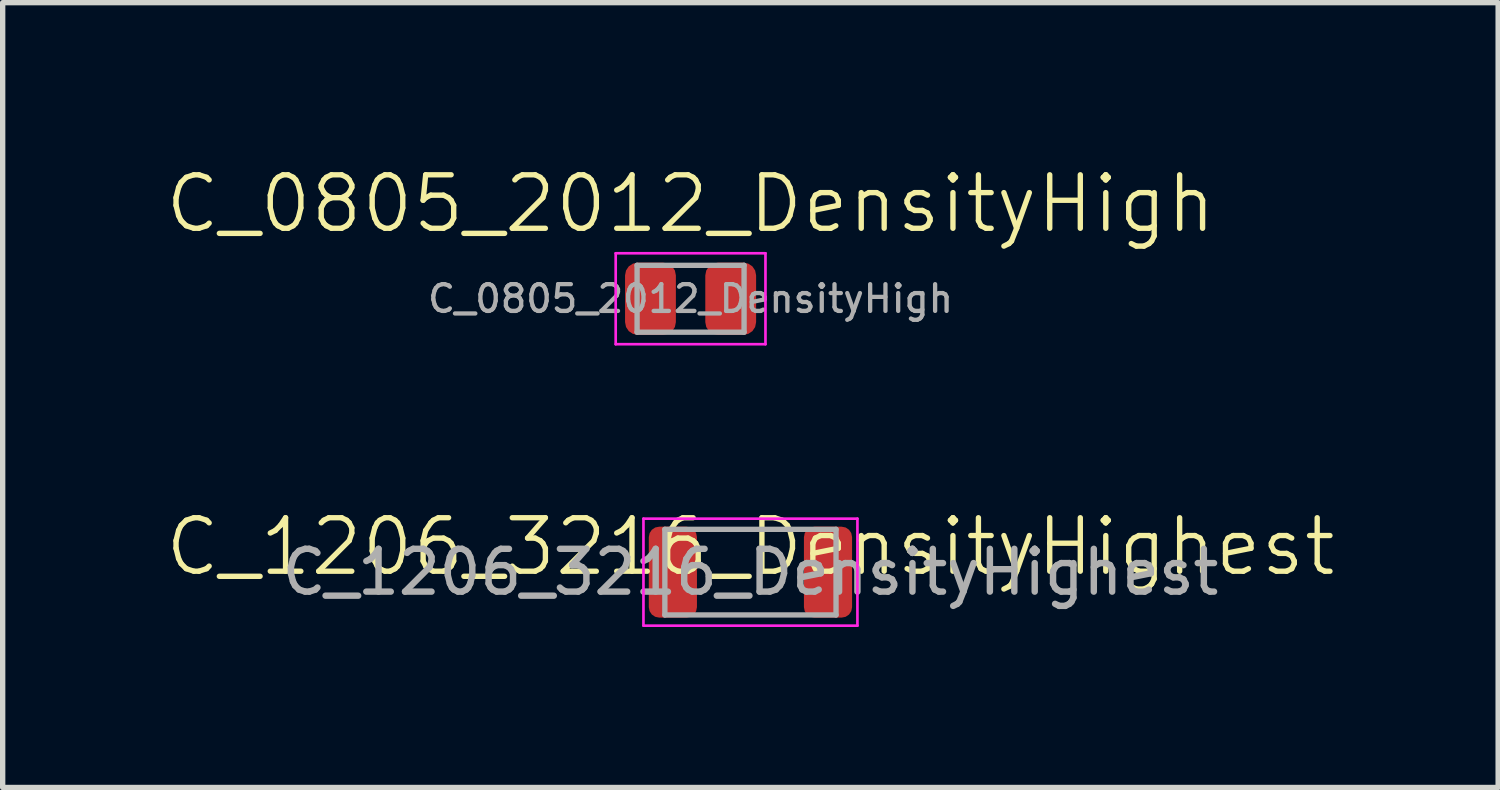
<source format=kicad_pcb>
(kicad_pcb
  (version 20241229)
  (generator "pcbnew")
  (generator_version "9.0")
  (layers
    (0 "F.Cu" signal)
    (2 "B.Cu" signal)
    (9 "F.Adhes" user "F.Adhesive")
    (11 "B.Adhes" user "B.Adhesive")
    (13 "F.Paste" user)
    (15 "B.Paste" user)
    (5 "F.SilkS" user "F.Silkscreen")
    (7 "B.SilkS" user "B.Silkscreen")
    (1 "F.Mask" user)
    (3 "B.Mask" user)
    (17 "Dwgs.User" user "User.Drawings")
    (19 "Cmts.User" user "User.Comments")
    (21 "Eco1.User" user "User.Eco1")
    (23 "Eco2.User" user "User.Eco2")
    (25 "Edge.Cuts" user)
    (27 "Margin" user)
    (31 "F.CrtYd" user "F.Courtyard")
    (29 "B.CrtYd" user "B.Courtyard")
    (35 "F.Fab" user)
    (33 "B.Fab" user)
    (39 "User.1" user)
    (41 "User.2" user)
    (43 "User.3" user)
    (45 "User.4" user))
  (footprint "C_0805_2012_DensityHigh"
    (layer "F.Cu")
    (at 9.86 2.535)
    (property "Reference" "C_0805_2012_DensityHigh" (at 0 -1.775 0) (unlocked yes) (layer "F.SilkS") (effects (font (size 1 1) (thickness 0.1))))
    (attr smd)
    (fp_line (start -1.4 -0.85) (end 1.4 -0.85) (stroke (width 0.05) (type solid)) (layer "F.CrtYd"))
    (fp_line (start -1.4 0.85) (end -1.4 -0.85) (stroke (width 0.05) (type solid)) (layer "F.CrtYd"))
    (fp_line (start 1.4 -0.85) (end 1.4 0.85) (stroke (width 0.05) (type solid)) (layer "F.CrtYd"))
    (fp_line (start 1.4 0.85) (end -1.4 0.85) (stroke (width 0.05) (type solid)) (layer "F.CrtYd"))
    (fp_line (start -1 -0.625) (end 1 -0.625) (stroke (width 0.1) (type solid)) (layer "F.Fab"))
    (fp_line (start -1 0.625) (end -1 -0.625) (stroke (width 0.1) (type solid)) (layer "F.Fab"))
    (fp_line (start 1 -0.625) (end 1 0.625) (stroke (width 0.1) (type solid)) (layer "F.Fab"))
    (fp_line (start 1 0.625) (end -1 0.625) (stroke (width 0.1) (type solid)) (layer "F.Fab"))
    (fp_text user "${REFERENCE}" (at 0 0 0) (layer "F.Fab") (effects (font (size 0.5 0.5) (thickness 0.08))))
    (pad "1" smd roundrect (at -0.75 0) (size 0.95 1.35) (layers "F.Cu" "F.Mask" "F.Paste") (roundrect_rratio 0.25))
    (pad "2" smd roundrect (at 0.75 0) (size 0.95 1.35) (layers "F.Cu" "F.Mask" "F.Paste") (roundrect_rratio 0.25)))
  (footprint "C_1206_3216_DensityHighest"
    (layer "F.Cu")
    (at 10.979 7.646)
    (property "Reference" "C_1206_3216_DensityHighest" (at 0 -0.475 0) (unlocked yes) (layer "F.SilkS") (effects (font (size 1 1) (thickness 0.1))))
    (attr smd)
    (fp_line (start -2 -1) (end 2 -1) (stroke (width 0.05) (type solid)) (layer "F.CrtYd"))
    (fp_line (start -2 1) (end -2 -1) (stroke (width 0.05) (type solid)) (layer "F.CrtYd"))
    (fp_line (start 2 -1) (end 2 1) (stroke (width 0.05) (type solid)) (layer "F.CrtYd"))
    (fp_line (start 2 1) (end -2 1) (stroke (width 0.05) (type solid)) (layer "F.CrtYd"))
    (fp_line (start -1.6 -0.8) (end 1.6 -0.8) (stroke (width 0.1) (type solid)) (layer "F.Fab"))
    (fp_line (start -1.6 0.8) (end -1.6 -0.8) (stroke (width 0.1) (type solid)) (layer "F.Fab"))
    (fp_line (start 1.6 -0.8) (end 1.6 0.8) (stroke (width 0.1) (type solid)) (layer "F.Fab"))
    (fp_line (start 1.6 0.8) (end -1.6 0.8) (stroke (width 0.1) (type solid)) (layer "F.Fab"))
    (fp_text user "${REFERENCE}" (at 0 0 0) (layer "F.Fab") (effects (font (size 0.8 0.8) (thickness 0.12))))
    (pad "1" smd roundrect (at -1.45 0) (size 0.9 1.7) (layers "F.Cu" "F.Mask" "F.Paste") (roundrect_rratio 0.217))
    (pad "2" smd roundrect (at 1.45 0) (size 0.9 1.7) (layers "F.Cu" "F.Mask" "F.Paste") (roundrect_rratio 0.217)))
  (gr_rect
    (start -3 -3)
    (end 24.957 11.671)
    (stroke (width 0.1) (type default))
    (fill no)
    (layer "Edge.Cuts")))
</source>
